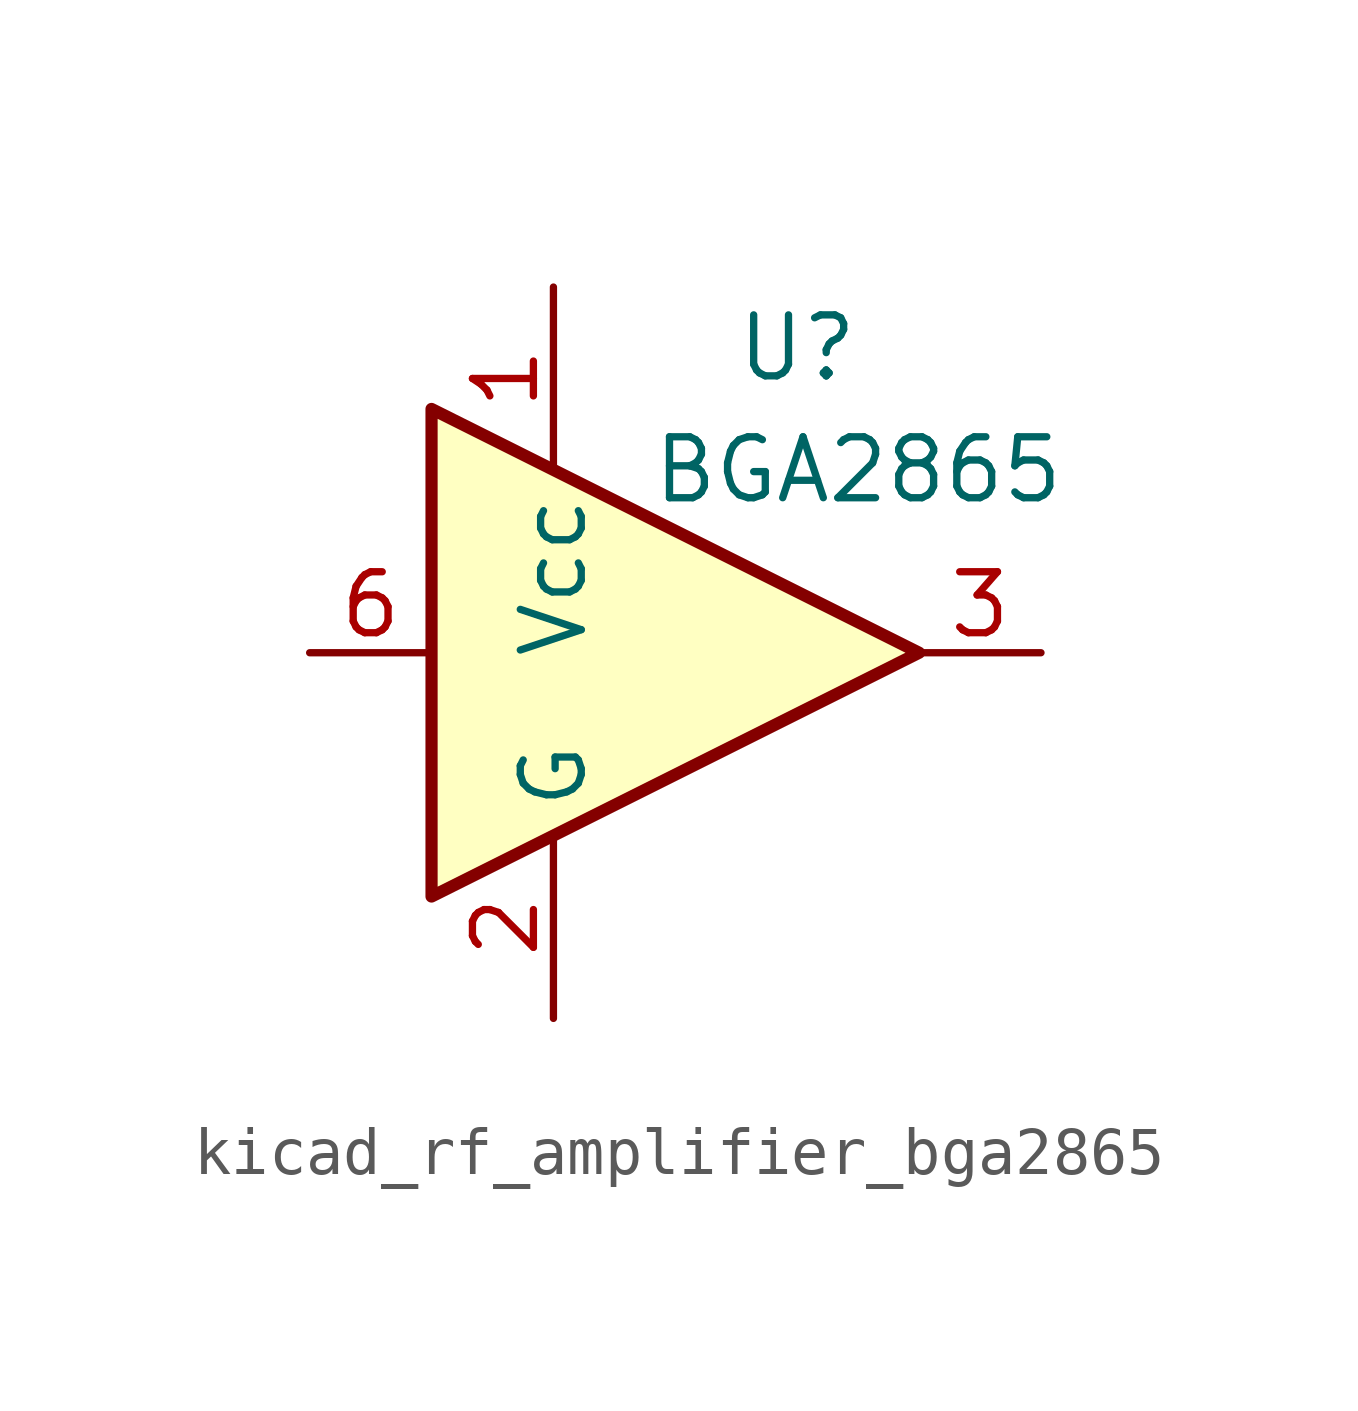
<source format=kicad_sym>
(kicad_symbol_lib
  (version 20220914)
  (generator kicad_symbol_editor)
  (symbol "kicad_rf_amplifier_bga2865"
    (property "Reference" "U"
      (at 2.54 6.35 0)
      (effects (font (size 1.27 1.27))))
    (property "Value" "BGA2865"
      (at 3.81 3.81 0)
      (effects (font (size 1.27 1.27))))
    (symbol "kicad_rf_amplifier_bga2865_0_1"
      (polyline (pts (xy 5.08 0) (xy -5.08 5.08) (xy -5.08 -5.08) (xy 5.08 0)) (stroke (width 0.254) (type default)) (fill (type background))))
    (symbol "kicad_rf_amplifier_bga2865_1_1"
      (pin power_in line (at -2.54 7.62 270) (length 3.81) (name "Vcc" (effects (font (size 1.27 1.27)))) (number "1" (effects (font (size 1.27 1.27)))))
      (pin power_in line (at -2.54 -7.62 90) (length 3.81) (name "G" (effects (font (size 1.27 1.27)))) (number "2" (effects (font (size 1.27 1.27)))))
      (pin output line (at 7.62 0 180) (length 2.54) (name "~" (effects (font (size 1.27 1.27)))) (number "3" (effects (font (size 1.27 1.27)))))
      (pin passive line (at -2.54 -7.62 90) (length 3.81) hide (name "G" (effects (font (size 1.27 1.27)))) (number "4" (effects (font (size 1.27 1.27)))))
      (pin passive line (at -2.54 -7.62 90) (length 3.81) hide (name "G" (effects (font (size 1.27 1.27)))) (number "5" (effects (font (size 1.27 1.27)))))
      (pin input line (at -7.62 0 0) (length 2.54) (name "~" (effects (font (size 1.27 1.27)))) (number "6" (effects (font (size 1.27 1.27))))))))
</source>
